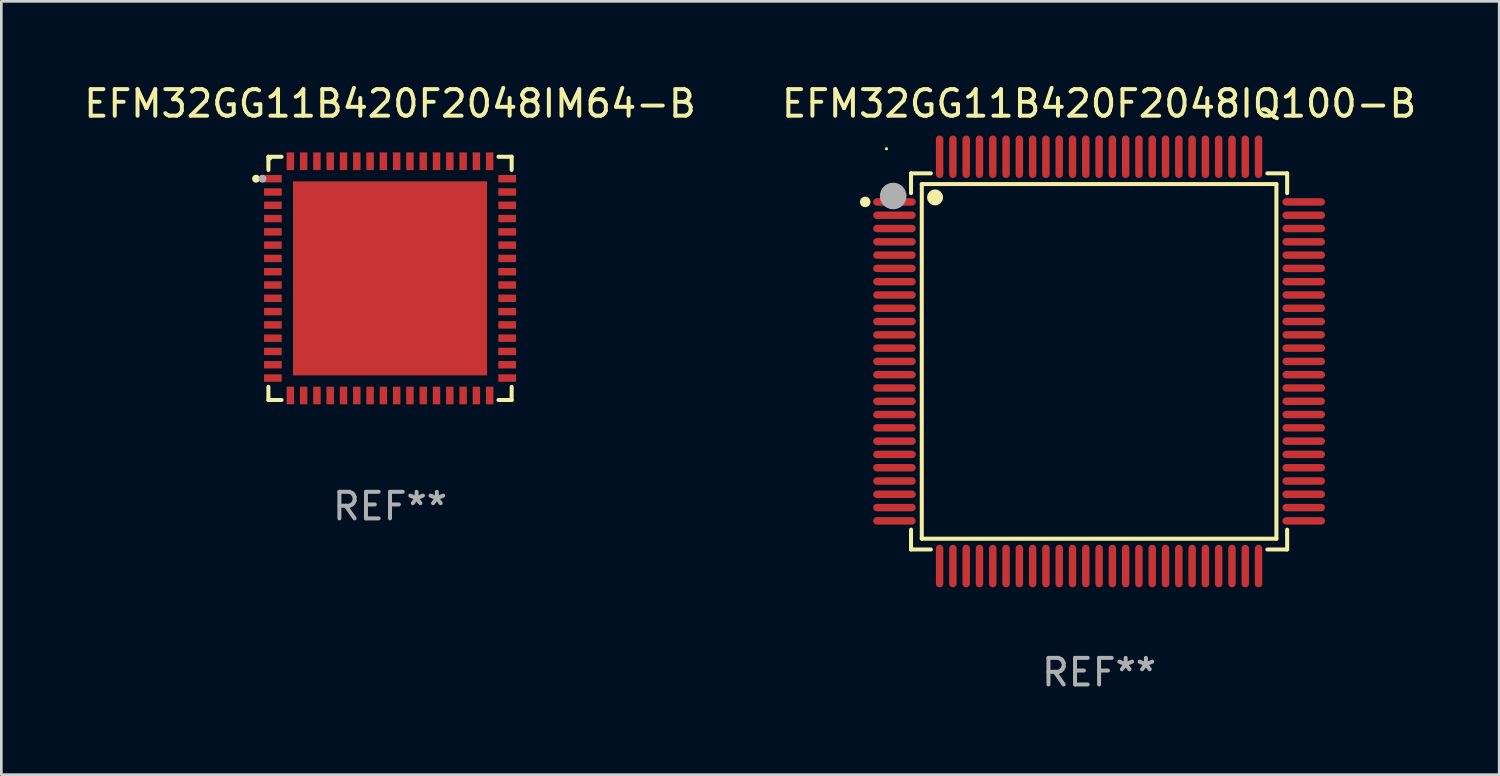
<source format=kicad_pcb>
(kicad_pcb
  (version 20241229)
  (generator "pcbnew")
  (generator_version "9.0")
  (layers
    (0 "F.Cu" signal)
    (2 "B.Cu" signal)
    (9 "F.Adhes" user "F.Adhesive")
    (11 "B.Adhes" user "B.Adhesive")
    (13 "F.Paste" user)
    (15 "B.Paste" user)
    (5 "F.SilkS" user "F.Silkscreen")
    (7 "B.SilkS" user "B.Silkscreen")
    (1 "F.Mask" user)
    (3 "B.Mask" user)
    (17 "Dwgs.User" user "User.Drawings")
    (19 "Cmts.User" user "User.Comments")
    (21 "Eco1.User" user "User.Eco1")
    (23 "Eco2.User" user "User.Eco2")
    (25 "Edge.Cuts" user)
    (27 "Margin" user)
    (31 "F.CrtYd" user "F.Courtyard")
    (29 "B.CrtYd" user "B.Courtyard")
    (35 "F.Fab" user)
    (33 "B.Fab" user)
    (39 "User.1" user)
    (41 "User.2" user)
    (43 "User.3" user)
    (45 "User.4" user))
  (footprint "EFM32GG11B420F2048IQ100-B"
    (layer "F.Cu")
    (at 38.304 10.548)
    (property "Reference" "EFM32GG11B420F2048IQ100-B" (at 0 -9.7 0) (layer "F.SilkS") (effects (font (size 1 1) (thickness 0.15))))
    (attr through_hole)
    (fp_line (start -7.076 -7.076) (end -7.076 -6.331) (stroke (width 0.152) (type solid)) (layer "F.SilkS"))
    (fp_line (start -7.076 7.076) (end -7.076 6.33) (stroke (width 0.152) (type solid)) (layer "F.SilkS"))
    (fp_line (start -6.671 -6.672) (end 6.672 -6.672) (stroke (width 0.152) (type solid)) (layer "F.SilkS"))
    (fp_line (start -6.671 6.671) (end -6.671 -6.672) (stroke (width 0.152) (type solid)) (layer "F.SilkS"))
    (fp_line (start -6.33 -7.076) (end -7.076 -7.076) (stroke (width 0.152) (type solid)) (layer "F.SilkS"))
    (fp_line (start -6.33 7.076) (end -7.076 7.076) (stroke (width 0.152) (type solid)) (layer "F.SilkS"))
    (fp_line (start 6.331 -7.076) (end 7.076 -7.076) (stroke (width 0.152) (type solid)) (layer "F.SilkS"))
    (fp_line (start 6.331 7.076) (end 7.076 7.076) (stroke (width 0.152) (type solid)) (layer "F.SilkS"))
    (fp_line (start 6.672 -6.672) (end 6.672 6.671) (stroke (width 0.152) (type solid)) (layer "F.SilkS"))
    (fp_line (start 6.672 6.671) (end -6.671 6.671) (stroke (width 0.152) (type solid)) (layer "F.SilkS"))
    (fp_line (start 7.076 -7.076) (end 7.076 -6.331) (stroke (width 0.152) (type solid)) (layer "F.SilkS"))
    (fp_line (start 7.076 7.076) (end 7.076 6.33) (stroke (width 0.152) (type solid)) (layer "F.SilkS"))
    (fp_circle (center -8.8 -6) (end -8.7 -6) (stroke (width 0.2) (type solid)) (fill no) (layer "F.SilkS"))
    (fp_circle (center -8 -8) (end -7.97 -8) (stroke (width 0.06) (type solid)) (fill no) (layer "F.SilkS"))
    (fp_circle (center -6.171 -6.171) (end -6.021 -6.171) (stroke (width 0.3) (type solid)) (fill no) (layer "F.SilkS"))
    (fp_circle (center -7.747 -6.223) (end -7.497 -6.223) (stroke (width 0.5) (type solid)) (fill no) (layer "F.Fab"))
    (fp_text user "REF**" (at 0 11.7 0) (layer "F.Fab") (effects (font (size 1 1) (thickness 0.15))))
    (pad "1" smd oval (at -7.7 -6) (size 1.6 0.28) (layers "F.Cu" "F.Mask" "F.Paste"))
    (pad "2" smd oval (at -7.7 -5.5) (size 1.6 0.28) (layers "F.Cu" "F.Mask" "F.Paste"))
    (pad "3" smd oval (at -7.7 -5) (size 1.6 0.28) (layers "F.Cu" "F.Mask" "F.Paste"))
    (pad "4" smd oval (at -7.7 -4.5) (size 1.6 0.28) (layers "F.Cu" "F.Mask" "F.Paste"))
    (pad "5" smd oval (at -7.7 -4) (size 1.6 0.28) (layers "F.Cu" "F.Mask" "F.Paste"))
    (pad "6" smd oval (at -7.7 -3.5) (size 1.6 0.28) (layers "F.Cu" "F.Mask" "F.Paste"))
    (pad "7" smd oval (at -7.7 -3) (size 1.6 0.28) (layers "F.Cu" "F.Mask" "F.Paste"))
    (pad "8" smd oval (at -7.7 -2.5) (size 1.6 0.28) (layers "F.Cu" "F.Mask" "F.Paste"))
    (pad "9" smd oval (at -7.7 -2) (size 1.6 0.28) (layers "F.Cu" "F.Mask" "F.Paste"))
    (pad "10" smd oval (at -7.7 -1.5) (size 1.6 0.28) (layers "F.Cu" "F.Mask" "F.Paste"))
    (pad "11" smd oval (at -7.7 -1) (size 1.6 0.28) (layers "F.Cu" "F.Mask" "F.Paste"))
    (pad "12" smd oval (at -7.7 -0.5) (size 1.6 0.28) (layers "F.Cu" "F.Mask" "F.Paste"))
    (pad "13" smd oval (at -7.7 0) (size 1.6 0.28) (layers "F.Cu" "F.Mask" "F.Paste"))
    (pad "14" smd oval (at -7.7 0.5) (size 1.6 0.28) (layers "F.Cu" "F.Mask" "F.Paste"))
    (pad "15" smd oval (at -7.7 1) (size 1.6 0.28) (layers "F.Cu" "F.Mask" "F.Paste"))
    (pad "16" smd oval (at -7.7 1.5) (size 1.6 0.28) (layers "F.Cu" "F.Mask" "F.Paste"))
    (pad "17" smd oval (at -7.7 2) (size 1.6 0.28) (layers "F.Cu" "F.Mask" "F.Paste"))
    (pad "18" smd oval (at -7.7 2.5) (size 1.6 0.28) (layers "F.Cu" "F.Mask" "F.Paste"))
    (pad "19" smd oval (at -7.7 3) (size 1.6 0.28) (layers "F.Cu" "F.Mask" "F.Paste"))
    (pad "20" smd oval (at -7.7 3.5) (size 1.6 0.28) (layers "F.Cu" "F.Mask" "F.Paste"))
    (pad "21" smd oval (at -7.7 4) (size 1.6 0.28) (layers "F.Cu" "F.Mask" "F.Paste"))
    (pad "22" smd oval (at -7.7 4.5) (size 1.6 0.28) (layers "F.Cu" "F.Mask" "F.Paste"))
    (pad "23" smd oval (at -7.7 5) (size 1.6 0.28) (layers "F.Cu" "F.Mask" "F.Paste"))
    (pad "24" smd oval (at -7.7 5.5) (size 1.6 0.28) (layers "F.Cu" "F.Mask" "F.Paste"))
    (pad "25" smd oval (at -7.7 6) (size 1.6 0.28) (layers "F.Cu" "F.Mask" "F.Paste"))
    (pad "26" smd oval (at -6 7.7) (size 0.28 1.6) (layers "F.Cu" "F.Mask" "F.Paste"))
    (pad "27" smd oval (at -5.5 7.7) (size 0.28 1.6) (layers "F.Cu" "F.Mask" "F.Paste"))
    (pad "28" smd oval (at -5 7.7) (size 0.28 1.6) (layers "F.Cu" "F.Mask" "F.Paste"))
    (pad "29" smd oval (at -4.5 7.7) (size 0.28 1.6) (layers "F.Cu" "F.Mask" "F.Paste"))
    (pad "30" smd oval (at -4 7.7) (size 0.28 1.6) (layers "F.Cu" "F.Mask" "F.Paste"))
    (pad "31" smd oval (at -3.5 7.7) (size 0.28 1.6) (layers "F.Cu" "F.Mask" "F.Paste"))
    (pad "32" smd oval (at -3 7.7) (size 0.28 1.6) (layers "F.Cu" "F.Mask" "F.Paste"))
    (pad "33" smd oval (at -2.5 7.7) (size 0.28 1.6) (layers "F.Cu" "F.Mask" "F.Paste"))
    (pad "34" smd oval (at -2 7.7) (size 0.28 1.6) (layers "F.Cu" "F.Mask" "F.Paste"))
    (pad "35" smd oval (at -1.5 7.7) (size 0.28 1.6) (layers "F.Cu" "F.Mask" "F.Paste"))
    (pad "36" smd oval (at -1 7.7) (size 0.28 1.6) (layers "F.Cu" "F.Mask" "F.Paste"))
    (pad "37" smd oval (at -0.5 7.7) (size 0.28 1.6) (layers "F.Cu" "F.Mask" "F.Paste"))
    (pad "38" smd oval (at 0 7.7) (size 0.28 1.6) (layers "F.Cu" "F.Mask" "F.Paste"))
    (pad "39" smd oval (at 0.5 7.7) (size 0.28 1.6) (layers "F.Cu" "F.Mask" "F.Paste"))
    (pad "40" smd oval (at 1 7.7) (size 0.28 1.6) (layers "F.Cu" "F.Mask" "F.Paste"))
    (pad "41" smd oval (at 1.5 7.7) (size 0.28 1.6) (layers "F.Cu" "F.Mask" "F.Paste"))
    (pad "42" smd oval (at 2 7.7) (size 0.28 1.6) (layers "F.Cu" "F.Mask" "F.Paste"))
    (pad "43" smd oval (at 2.5 7.7) (size 0.28 1.6) (layers "F.Cu" "F.Mask" "F.Paste"))
    (pad "44" smd oval (at 3 7.7) (size 0.28 1.6) (layers "F.Cu" "F.Mask" "F.Paste"))
    (pad "45" smd oval (at 3.5 7.7) (size 0.28 1.6) (layers "F.Cu" "F.Mask" "F.Paste"))
    (pad "46" smd oval (at 4 7.7) (size 0.28 1.6) (layers "F.Cu" "F.Mask" "F.Paste"))
    (pad "47" smd oval (at 4.5 7.7) (size 0.28 1.6) (layers "F.Cu" "F.Mask" "F.Paste"))
    (pad "48" smd oval (at 5 7.7) (size 0.28 1.6) (layers "F.Cu" "F.Mask" "F.Paste"))
    (pad "49" smd oval (at 5.5 7.7) (size 0.28 1.6) (layers "F.Cu" "F.Mask" "F.Paste"))
    (pad "50" smd oval (at 6 7.7) (size 0.28 1.6) (layers "F.Cu" "F.Mask" "F.Paste"))
    (pad "51" smd oval (at 7.7 6) (size 1.6 0.28) (layers "F.Cu" "F.Mask" "F.Paste"))
    (pad "52" smd oval (at 7.7 5.5) (size 1.6 0.28) (layers "F.Cu" "F.Mask" "F.Paste"))
    (pad "53" smd oval (at 7.7 5) (size 1.6 0.28) (layers "F.Cu" "F.Mask" "F.Paste"))
    (pad "54" smd oval (at 7.7 4.5) (size 1.6 0.28) (layers "F.Cu" "F.Mask" "F.Paste"))
    (pad "55" smd oval (at 7.7 4) (size 1.6 0.28) (layers "F.Cu" "F.Mask" "F.Paste"))
    (pad "56" smd oval (at 7.7 3.5) (size 1.6 0.28) (layers "F.Cu" "F.Mask" "F.Paste"))
    (pad "57" smd oval (at 7.7 3) (size 1.6 0.28) (layers "F.Cu" "F.Mask" "F.Paste"))
    (pad "58" smd oval (at 7.7 2.5) (size 1.6 0.28) (layers "F.Cu" "F.Mask" "F.Paste"))
    (pad "59" smd oval (at 7.7 2) (size 1.6 0.28) (layers "F.Cu" "F.Mask" "F.Paste"))
    (pad "60" smd oval (at 7.7 1.5) (size 1.6 0.28) (layers "F.Cu" "F.Mask" "F.Paste"))
    (pad "61" smd oval (at 7.7 1) (size 1.6 0.28) (layers "F.Cu" "F.Mask" "F.Paste"))
    (pad "62" smd oval (at 7.7 0.5) (size 1.6 0.28) (layers "F.Cu" "F.Mask" "F.Paste"))
    (pad "63" smd oval (at 7.7 0) (size 1.6 0.28) (layers "F.Cu" "F.Mask" "F.Paste"))
    (pad "64" smd oval (at 7.7 -0.5) (size 1.6 0.28) (layers "F.Cu" "F.Mask" "F.Paste"))
    (pad "65" smd oval (at 7.7 -1) (size 1.6 0.28) (layers "F.Cu" "F.Mask" "F.Paste"))
    (pad "66" smd oval (at 7.7 -1.5) (size 1.6 0.28) (layers "F.Cu" "F.Mask" "F.Paste"))
    (pad "67" smd oval (at 7.7 -2) (size 1.6 0.28) (layers "F.Cu" "F.Mask" "F.Paste"))
    (pad "68" smd oval (at 7.7 -2.5) (size 1.6 0.28) (layers "F.Cu" "F.Mask" "F.Paste"))
    (pad "69" smd oval (at 7.7 -3) (size 1.6 0.28) (layers "F.Cu" "F.Mask" "F.Paste"))
    (pad "70" smd oval (at 7.7 -3.5) (size 1.6 0.28) (layers "F.Cu" "F.Mask" "F.Paste"))
    (pad "71" smd oval (at 7.7 -4) (size 1.6 0.28) (layers "F.Cu" "F.Mask" "F.Paste"))
    (pad "72" smd oval (at 7.7 -4.5) (size 1.6 0.28) (layers "F.Cu" "F.Mask" "F.Paste"))
    (pad "73" smd oval (at 7.7 -5) (size 1.6 0.28) (layers "F.Cu" "F.Mask" "F.Paste"))
    (pad "74" smd oval (at 7.7 -5.5) (size 1.6 0.28) (layers "F.Cu" "F.Mask" "F.Paste"))
    (pad "75" smd oval (at 7.7 -6) (size 1.6 0.28) (layers "F.Cu" "F.Mask" "F.Paste"))
    (pad "76" smd oval (at 6 -7.7) (size 0.28 1.6) (layers "F.Cu" "F.Mask" "F.Paste"))
    (pad "77" smd oval (at 5.5 -7.7) (size 0.28 1.6) (layers "F.Cu" "F.Mask" "F.Paste"))
    (pad "78" smd oval (at 5 -7.7) (size 0.28 1.6) (layers "F.Cu" "F.Mask" "F.Paste"))
    (pad "79" smd oval (at 4.5 -7.7) (size 0.28 1.6) (layers "F.Cu" "F.Mask" "F.Paste"))
    (pad "80" smd oval (at 4 -7.7) (size 0.28 1.6) (layers "F.Cu" "F.Mask" "F.Paste"))
    (pad "81" smd oval (at 3.5 -7.7) (size 0.28 1.6) (layers "F.Cu" "F.Mask" "F.Paste"))
    (pad "82" smd oval (at 3 -7.7) (size 0.28 1.6) (layers "F.Cu" "F.Mask" "F.Paste"))
    (pad "83" smd oval (at 2.5 -7.7) (size 0.28 1.6) (layers "F.Cu" "F.Mask" "F.Paste"))
    (pad "84" smd oval (at 2 -7.7) (size 0.28 1.6) (layers "F.Cu" "F.Mask" "F.Paste"))
    (pad "85" smd oval (at 1.5 -7.7) (size 0.28 1.6) (layers "F.Cu" "F.Mask" "F.Paste"))
    (pad "86" smd oval (at 1 -7.7) (size 0.28 1.6) (layers "F.Cu" "F.Mask" "F.Paste"))
    (pad "87" smd oval (at 0.5 -7.7) (size 0.28 1.6) (layers "F.Cu" "F.Mask" "F.Paste"))
    (pad "88" smd oval (at 0 -7.7) (size 0.28 1.6) (layers "F.Cu" "F.Mask" "F.Paste"))
    (pad "89" smd oval (at -0.5 -7.7) (size 0.28 1.6) (layers "F.Cu" "F.Mask" "F.Paste"))
    (pad "90" smd oval (at -1 -7.7) (size 0.28 1.6) (layers "F.Cu" "F.Mask" "F.Paste"))
    (pad "91" smd oval (at -1.5 -7.7) (size 0.28 1.6) (layers "F.Cu" "F.Mask" "F.Paste"))
    (pad "92" smd oval (at -2 -7.7) (size 0.28 1.6) (layers "F.Cu" "F.Mask" "F.Paste"))
    (pad "93" smd oval (at -2.5 -7.7) (size 0.28 1.6) (layers "F.Cu" "F.Mask" "F.Paste"))
    (pad "94" smd oval (at -3 -7.7) (size 0.28 1.6) (layers "F.Cu" "F.Mask" "F.Paste"))
    (pad "95" smd oval (at -3.5 -7.7) (size 0.28 1.6) (layers "F.Cu" "F.Mask" "F.Paste"))
    (pad "96" smd oval (at -4 -7.7) (size 0.28 1.6) (layers "F.Cu" "F.Mask" "F.Paste"))
    (pad "97" smd oval (at -4.5 -7.7) (size 0.28 1.6) (layers "F.Cu" "F.Mask" "F.Paste"))
    (pad "98" smd oval (at -5 -7.7) (size 0.28 1.6) (layers "F.Cu" "F.Mask" "F.Paste"))
    (pad "99" smd oval (at -5.5 -7.7) (size 0.28 1.6) (layers "F.Cu" "F.Mask" "F.Paste"))
    (pad "100" smd oval (at -6 -7.7) (size 0.28 1.6) (layers "F.Cu" "F.Mask" "F.Paste")))
  (footprint "EFM32GG11B420F2048IM64-B"
    (layer "F.Cu")
    (at 11.625 7.424)
    (property "Reference" "EFM32GG11B420F2048IM64-B" (at 0 -6.576 0) (layer "F.SilkS") (effects (font (size 1 1) (thickness 0.15))))
    (attr through_hole)
    (fp_line (start -4.576 -4.576) (end -4.576 -4.081) (stroke (width 0.152) (type solid)) (layer "F.SilkS"))
    (fp_line (start -4.576 4.576) (end -4.576 4.081) (stroke (width 0.152) (type solid)) (layer "F.SilkS"))
    (fp_line (start -4.081 -4.576) (end -4.576 -4.576) (stroke (width 0.152) (type solid)) (layer "F.SilkS"))
    (fp_line (start -4.081 4.576) (end -4.576 4.576) (stroke (width 0.152) (type solid)) (layer "F.SilkS"))
    (fp_line (start 4.081 -4.576) (end 4.576 -4.576) (stroke (width 0.152) (type solid)) (layer "F.SilkS"))
    (fp_line (start 4.081 4.576) (end 4.576 4.576) (stroke (width 0.152) (type solid)) (layer "F.SilkS"))
    (fp_line (start 4.576 -4.576) (end 4.576 -4.081) (stroke (width 0.152) (type solid)) (layer "F.SilkS"))
    (fp_line (start 4.576 4.576) (end 4.576 4.081) (stroke (width 0.152) (type solid)) (layer "F.SilkS"))
    (fp_circle (center -5.04 -3.75) (end -4.965 -3.75) (stroke (width 0.15) (type solid)) (fill no) (layer "F.SilkS"))
    (fp_circle (center -4.5 -4.5) (end -4.47 -4.5) (stroke (width 0.06) (type solid)) (fill no) (layer "F.SilkS"))
    (fp_circle (center -4.8 -3.75) (end -4.725 -3.75) (stroke (width 0.15) (type solid)) (fill no) (layer "F.Fab"))
    (fp_text user "REF**" (at 0 8.576 0) (layer "F.Fab") (effects (font (size 1 1) (thickness 0.15))))
    (pad "1" smd rect (at -4.407 -3.75) (size 0.665 0.28) (layers "F.Cu" "F.Mask" "F.Paste"))
    (pad "2" smd rect (at -4.407 -3.25) (size 0.665 0.28) (layers "F.Cu" "F.Mask" "F.Paste"))
    (pad "3" smd rect (at -4.407 -2.75) (size 0.665 0.28) (layers "F.Cu" "F.Mask" "F.Paste"))
    (pad "4" smd rect (at -4.407 -2.25) (size 0.665 0.28) (layers "F.Cu" "F.Mask" "F.Paste"))
    (pad "5" smd rect (at -4.407 -1.75) (size 0.665 0.28) (layers "F.Cu" "F.Mask" "F.Paste"))
    (pad "6" smd rect (at -4.407 -1.25) (size 0.665 0.28) (layers "F.Cu" "F.Mask" "F.Paste"))
    (pad "7" smd rect (at -4.407 -0.75) (size 0.665 0.28) (layers "F.Cu" "F.Mask" "F.Paste"))
    (pad "8" smd rect (at -4.407 -0.25) (size 0.665 0.28) (layers "F.Cu" "F.Mask" "F.Paste"))
    (pad "9" smd rect (at -4.407 0.25) (size 0.665 0.28) (layers "F.Cu" "F.Mask" "F.Paste"))
    (pad "10" smd rect (at -4.407 0.75) (size 0.665 0.28) (layers "F.Cu" "F.Mask" "F.Paste"))
    (pad "11" smd rect (at -4.407 1.25) (size 0.665 0.28) (layers "F.Cu" "F.Mask" "F.Paste"))
    (pad "12" smd rect (at -4.407 1.75) (size 0.665 0.28) (layers "F.Cu" "F.Mask" "F.Paste"))
    (pad "13" smd rect (at -4.407 2.25) (size 0.665 0.28) (layers "F.Cu" "F.Mask" "F.Paste"))
    (pad "14" smd rect (at -4.407 2.75) (size 0.665 0.28) (layers "F.Cu" "F.Mask" "F.Paste"))
    (pad "15" smd rect (at -4.407 3.25) (size 0.665 0.28) (layers "F.Cu" "F.Mask" "F.Paste"))
    (pad "16" smd rect (at -4.407 3.75) (size 0.665 0.28) (layers "F.Cu" "F.Mask" "F.Paste"))
    (pad "17" smd rect (at -3.75 4.407) (size 0.28 0.665) (layers "F.Cu" "F.Mask" "F.Paste"))
    (pad "18" smd rect (at -3.25 4.407) (size 0.28 0.665) (layers "F.Cu" "F.Mask" "F.Paste"))
    (pad "19" smd rect (at -2.75 4.407) (size 0.28 0.665) (layers "F.Cu" "F.Mask" "F.Paste"))
    (pad "20" smd rect (at -2.25 4.407) (size 0.28 0.665) (layers "F.Cu" "F.Mask" "F.Paste"))
    (pad "21" smd rect (at -1.75 4.407) (size 0.28 0.665) (layers "F.Cu" "F.Mask" "F.Paste"))
    (pad "22" smd rect (at -1.25 4.407) (size 0.28 0.665) (layers "F.Cu" "F.Mask" "F.Paste"))
    (pad "23" smd rect (at -0.75 4.407) (size 0.28 0.665) (layers "F.Cu" "F.Mask" "F.Paste"))
    (pad "24" smd rect (at -0.25 4.407) (size 0.28 0.665) (layers "F.Cu" "F.Mask" "F.Paste"))
    (pad "25" smd rect (at 0.25 4.407) (size 0.28 0.665) (layers "F.Cu" "F.Mask" "F.Paste"))
    (pad "26" smd rect (at 0.75 4.407) (size 0.28 0.665) (layers "F.Cu" "F.Mask" "F.Paste"))
    (pad "27" smd rect (at 1.25 4.407) (size 0.28 0.665) (layers "F.Cu" "F.Mask" "F.Paste"))
    (pad "28" smd rect (at 1.75 4.407) (size 0.28 0.665) (layers "F.Cu" "F.Mask" "F.Paste"))
    (pad "29" smd rect (at 2.25 4.407) (size 0.28 0.665) (layers "F.Cu" "F.Mask" "F.Paste"))
    (pad "30" smd rect (at 2.75 4.407) (size 0.28 0.665) (layers "F.Cu" "F.Mask" "F.Paste"))
    (pad "31" smd rect (at 3.25 4.407) (size 0.28 0.665) (layers "F.Cu" "F.Mask" "F.Paste"))
    (pad "32" smd rect (at 3.75 4.407) (size 0.28 0.665) (layers "F.Cu" "F.Mask" "F.Paste"))
    (pad "33" smd rect (at 4.407 3.75) (size 0.665 0.28) (layers "F.Cu" "F.Mask" "F.Paste"))
    (pad "34" smd rect (at 4.407 3.25) (size 0.665 0.28) (layers "F.Cu" "F.Mask" "F.Paste"))
    (pad "35" smd rect (at 4.407 2.75) (size 0.665 0.28) (layers "F.Cu" "F.Mask" "F.Paste"))
    (pad "36" smd rect (at 4.407 2.25) (size 0.665 0.28) (layers "F.Cu" "F.Mask" "F.Paste"))
    (pad "37" smd rect (at 4.407 1.75) (size 0.665 0.28) (layers "F.Cu" "F.Mask" "F.Paste"))
    (pad "38" smd rect (at 4.407 1.25) (size 0.665 0.28) (layers "F.Cu" "F.Mask" "F.Paste"))
    (pad "39" smd rect (at 4.407 0.75) (size 0.665 0.28) (layers "F.Cu" "F.Mask" "F.Paste"))
    (pad "40" smd rect (at 4.407 0.25) (size 0.665 0.28) (layers "F.Cu" "F.Mask" "F.Paste"))
    (pad "41" smd rect (at 4.407 -0.25) (size 0.665 0.28) (layers "F.Cu" "F.Mask" "F.Paste"))
    (pad "42" smd rect (at 4.407 -0.75) (size 0.665 0.28) (layers "F.Cu" "F.Mask" "F.Paste"))
    (pad "43" smd rect (at 4.407 -1.25) (size 0.665 0.28) (layers "F.Cu" "F.Mask" "F.Paste"))
    (pad "44" smd rect (at 4.407 -1.75) (size 0.665 0.28) (layers "F.Cu" "F.Mask" "F.Paste"))
    (pad "45" smd rect (at 4.407 -2.25) (size 0.665 0.28) (layers "F.Cu" "F.Mask" "F.Paste"))
    (pad "46" smd rect (at 4.407 -2.75) (size 0.665 0.28) (layers "F.Cu" "F.Mask" "F.Paste"))
    (pad "47" smd rect (at 4.407 -3.25) (size 0.665 0.28) (layers "F.Cu" "F.Mask" "F.Paste"))
    (pad "48" smd rect (at 4.407 -3.75) (size 0.665 0.28) (layers "F.Cu" "F.Mask" "F.Paste"))
    (pad "49" smd rect (at 3.75 -4.407) (size 0.28 0.665) (layers "F.Cu" "F.Mask" "F.Paste"))
    (pad "50" smd rect (at 3.25 -4.407) (size 0.28 0.665) (layers "F.Cu" "F.Mask" "F.Paste"))
    (pad "51" smd rect (at 2.75 -4.407) (size 0.28 0.665) (layers "F.Cu" "F.Mask" "F.Paste"))
    (pad "52" smd rect (at 2.25 -4.407) (size 0.28 0.665) (layers "F.Cu" "F.Mask" "F.Paste"))
    (pad "53" smd rect (at 1.75 -4.407) (size 0.28 0.665) (layers "F.Cu" "F.Mask" "F.Paste"))
    (pad "54" smd rect (at 1.25 -4.407) (size 0.28 0.665) (layers "F.Cu" "F.Mask" "F.Paste"))
    (pad "55" smd rect (at 0.75 -4.407) (size 0.28 0.665) (layers "F.Cu" "F.Mask" "F.Paste"))
    (pad "56" smd rect (at 0.25 -4.407) (size 0.28 0.665) (layers "F.Cu" "F.Mask" "F.Paste"))
    (pad "57" smd rect (at -0.25 -4.407) (size 0.28 0.665) (layers "F.Cu" "F.Mask" "F.Paste"))
    (pad "58" smd rect (at -0.75 -4.407) (size 0.28 0.665) (layers "F.Cu" "F.Mask" "F.Paste"))
    (pad "59" smd rect (at -1.25 -4.407) (size 0.28 0.665) (layers "F.Cu" "F.Mask" "F.Paste"))
    (pad "60" smd rect (at -1.75 -4.407) (size 0.28 0.665) (layers "F.Cu" "F.Mask" "F.Paste"))
    (pad "61" smd rect (at -2.25 -4.407) (size 0.28 0.665) (layers "F.Cu" "F.Mask" "F.Paste"))
    (pad "62" smd rect (at -2.75 -4.407) (size 0.28 0.665) (layers "F.Cu" "F.Mask" "F.Paste"))
    (pad "63" smd rect (at -3.25 -4.407) (size 0.28 0.665) (layers "F.Cu" "F.Mask" "F.Paste"))
    (pad "64" smd rect (at -3.75 -4.407) (size 0.28 0.665) (layers "F.Cu" "F.Mask" "F.Paste"))
    (pad "65" smd rect (at 0 0) (size 7.3 7.3) (layers "F.Cu" "F.Mask" "F.Paste")))
  (gr_rect
    (start -3 -3)
    (end 53.357 26.097)
    (stroke (width 0.1) (type default))
    (fill no)
    (layer "Edge.Cuts")))
</source>
